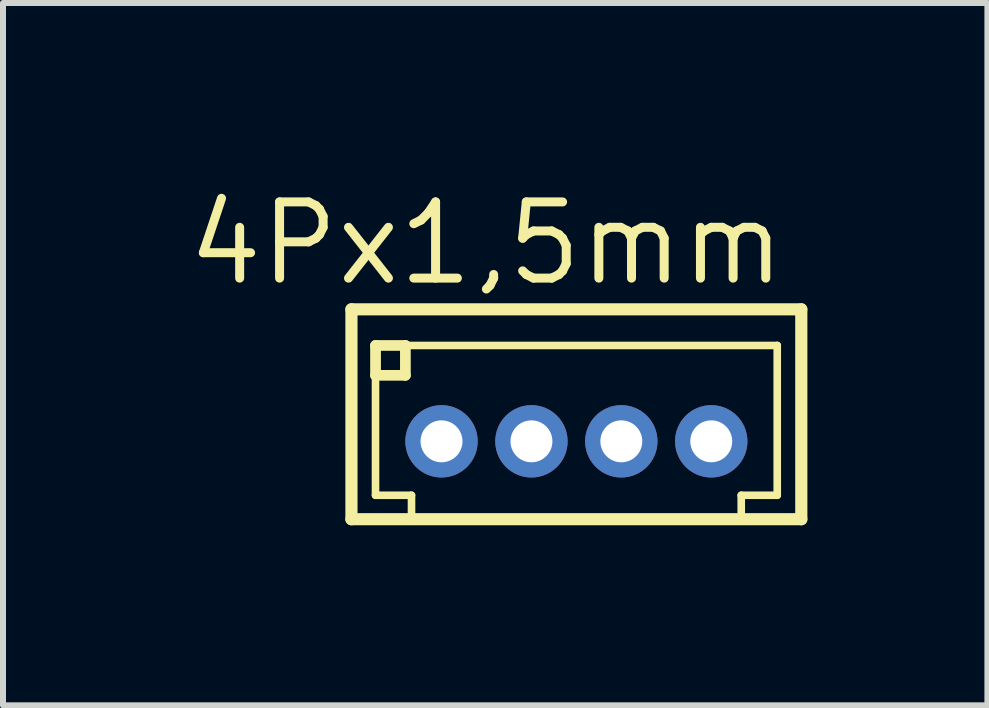
<source format=kicad_pcb>
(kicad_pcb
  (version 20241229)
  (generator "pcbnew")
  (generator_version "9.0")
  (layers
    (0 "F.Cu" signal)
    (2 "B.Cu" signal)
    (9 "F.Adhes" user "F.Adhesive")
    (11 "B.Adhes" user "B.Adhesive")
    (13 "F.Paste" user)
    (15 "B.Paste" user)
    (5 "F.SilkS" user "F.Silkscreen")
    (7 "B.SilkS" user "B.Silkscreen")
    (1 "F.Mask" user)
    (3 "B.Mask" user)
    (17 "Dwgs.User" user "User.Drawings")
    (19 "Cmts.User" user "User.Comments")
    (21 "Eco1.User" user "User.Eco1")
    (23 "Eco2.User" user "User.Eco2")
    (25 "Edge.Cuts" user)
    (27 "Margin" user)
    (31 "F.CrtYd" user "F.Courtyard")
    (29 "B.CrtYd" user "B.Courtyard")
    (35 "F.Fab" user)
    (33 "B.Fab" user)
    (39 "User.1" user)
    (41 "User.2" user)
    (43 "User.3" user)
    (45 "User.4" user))
  (footprint "4Px1,5mm"
    (layer "F.Cu")
    (at 6.557 4.306)
    (property "Reference" "4Px1,5mm" (at -1.5 -3.3 0) (layer "F.SilkS") (effects (font (size 1.27 1.27) (thickness 0.15))))
    (attr exclude_from_pos_files exclude_from_bom)
    (fp_line (start -3.749 -2.2) (end 3.749 -2.2) (stroke (width 0.203) (type solid)) (layer "F.SilkS"))
    (fp_line (start -3.749 1.298) (end -3.749 -2.2) (stroke (width 0.203) (type solid)) (layer "F.SilkS"))
    (fp_line (start -3.348 -1.598) (end -2.85 -1.598) (stroke (width 0.178) (type solid)) (layer "F.SilkS"))
    (fp_line (start -3.348 -1.1) (end -3.348 -1.598) (stroke (width 0.178) (type solid)) (layer "F.SilkS"))
    (fp_line (start -3.348 -1.1) (end -2.85 -1.1) (stroke (width 0.178) (type solid)) (layer "F.SilkS"))
    (fp_line (start -3.348 0.899) (end -3.348 -1.1) (stroke (width 0.127) (type solid)) (layer "F.SilkS"))
    (fp_line (start -3.299 -1.598) (end -2.898 -1.598) (stroke (width 0.066) (type solid)) (layer "F.SilkS"))
    (fp_line (start -3.299 -1.1) (end -3.299 -1.598) (stroke (width 0.066) (type solid)) (layer "F.SilkS"))
    (fp_line (start -3.299 -1.1) (end -2.898 -1.1) (stroke (width 0.066) (type solid)) (layer "F.SilkS"))
    (fp_line (start -2.898 -1.1) (end -2.898 -1.598) (stroke (width 0.066) (type solid)) (layer "F.SilkS"))
    (fp_line (start -2.85 -1.598) (end 3.348 -1.598) (stroke (width 0.127) (type solid)) (layer "F.SilkS"))
    (fp_line (start -2.85 -1.1) (end -2.85 -1.598) (stroke (width 0.178) (type solid)) (layer "F.SilkS"))
    (fp_line (start -2.748 0.899) (end -3.348 0.899) (stroke (width 0.127) (type solid)) (layer "F.SilkS"))
    (fp_line (start -2.748 1.199) (end -2.748 0.899) (stroke (width 0.127) (type solid)) (layer "F.SilkS"))
    (fp_line (start 2.748 0.899) (end 2.748 1.199) (stroke (width 0.127) (type solid)) (layer "F.SilkS"))
    (fp_line (start 3.348 -1.598) (end 3.348 0.899) (stroke (width 0.127) (type solid)) (layer "F.SilkS"))
    (fp_line (start 3.348 0.899) (end 2.748 0.899) (stroke (width 0.127) (type solid)) (layer "F.SilkS"))
    (fp_line (start 3.749 -2.2) (end 3.749 1.298) (stroke (width 0.203) (type solid)) (layer "F.SilkS"))
    (fp_line (start 3.749 1.298) (end -3.749 1.298) (stroke (width 0.203) (type solid)) (layer "F.SilkS"))
    (pad "1" thru_hole circle (at -2.248 0) (size 1.206 1.206) (drill 0.699) (layers "*.Cu" "*.Paste" "*.Mask"))
    (pad "2" thru_hole circle (at -0.749 0) (size 1.206 1.206) (drill 0.699) (layers "*.Cu" "*.Paste" "*.Mask"))
    (pad "3" thru_hole circle (at 0.749 0) (size 1.206 1.206) (drill 0.699) (layers "*.Cu" "*.Paste" "*.Mask"))
    (pad "4" thru_hole circle (at 2.248 0) (size 1.206 1.206) (drill 0.699) (layers "*.Cu" "*.Paste" "*.Mask")))
  (gr_rect
    (start -3 -3)
    (end 13.408 8.706)
    (stroke (width 0.1) (type default))
    (fill no)
    (layer "Edge.Cuts")))
</source>
